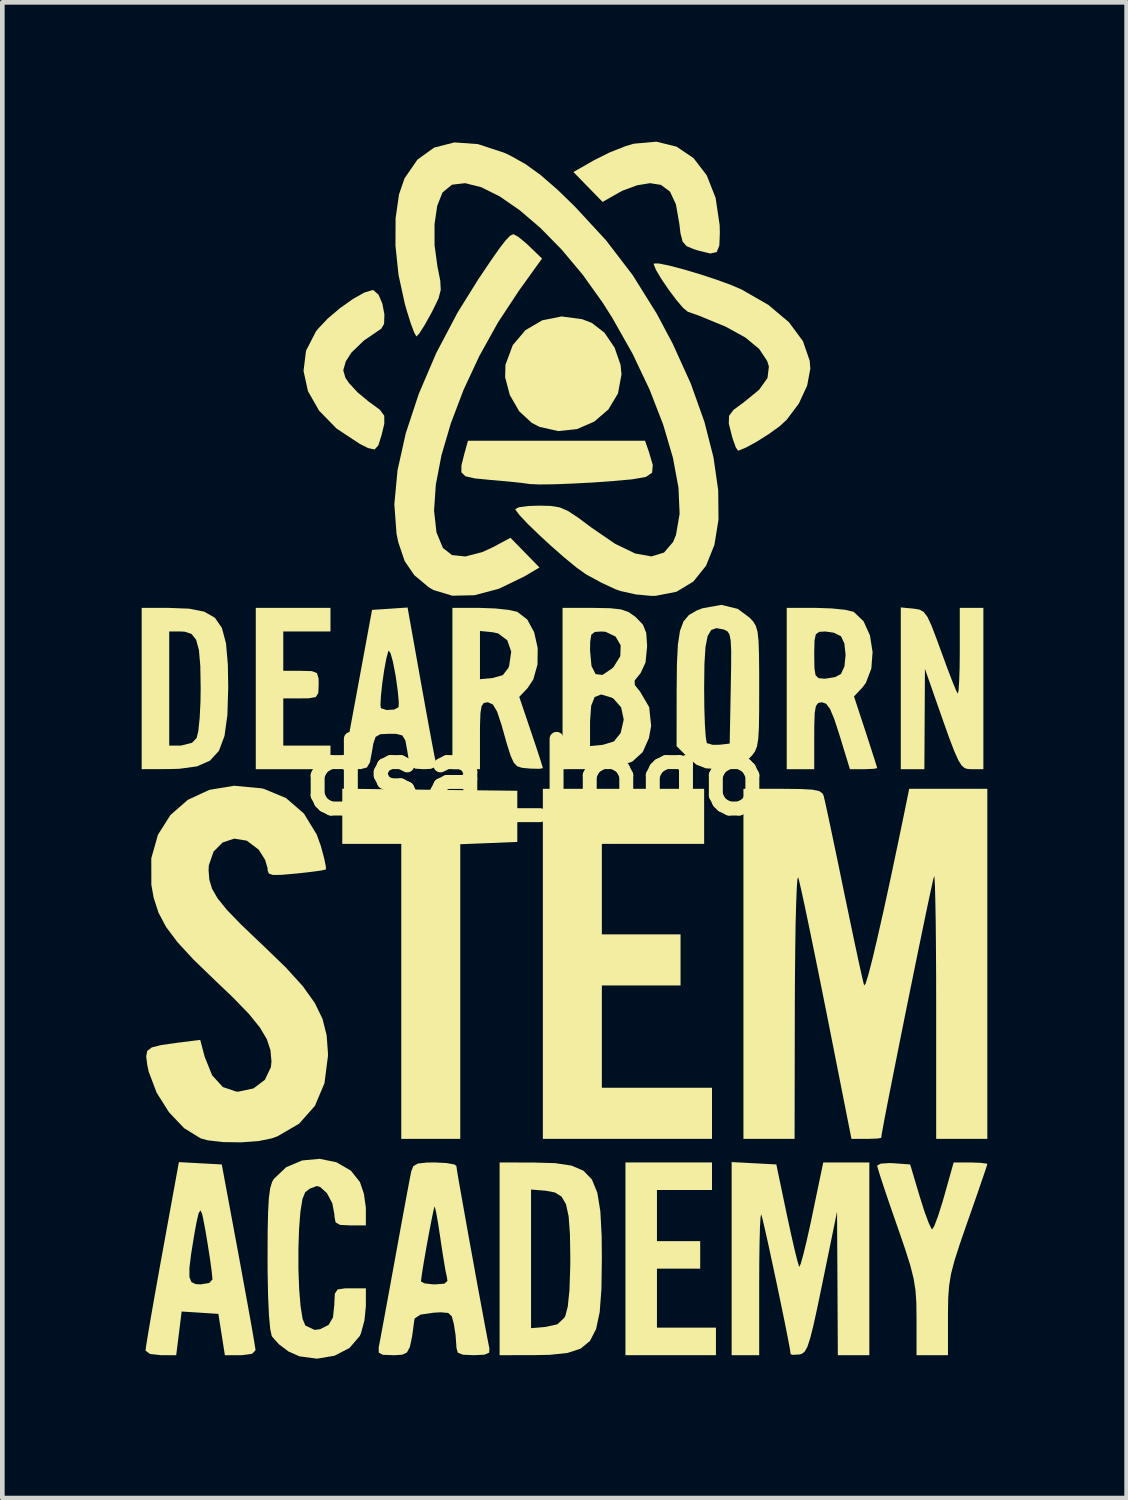
<source format=kicad_pcb>
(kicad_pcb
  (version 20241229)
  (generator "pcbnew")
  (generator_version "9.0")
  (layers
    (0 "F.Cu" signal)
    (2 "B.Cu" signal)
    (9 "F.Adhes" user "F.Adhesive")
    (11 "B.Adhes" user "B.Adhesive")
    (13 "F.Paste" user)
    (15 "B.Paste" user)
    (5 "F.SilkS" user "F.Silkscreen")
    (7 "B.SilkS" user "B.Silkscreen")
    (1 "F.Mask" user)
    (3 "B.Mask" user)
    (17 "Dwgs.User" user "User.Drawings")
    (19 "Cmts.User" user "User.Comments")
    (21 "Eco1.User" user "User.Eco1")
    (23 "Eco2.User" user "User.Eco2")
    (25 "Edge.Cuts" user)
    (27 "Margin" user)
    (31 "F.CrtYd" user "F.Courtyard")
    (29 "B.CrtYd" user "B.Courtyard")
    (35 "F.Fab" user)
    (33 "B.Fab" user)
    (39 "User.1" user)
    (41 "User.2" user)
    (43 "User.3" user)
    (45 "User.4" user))
  (footprint "dsa_logo"
    (layer "F.Cu")
    (at 8.467 13.677)
    (property "Reference" "dsa_logo" (at 0 0 0) (layer "F.SilkS") (effects (font (size 1.5 1.5) (thickness 0.3))))
    (attr board_only exclude_from_pos_files exclude_from_bom)
    (fp_poly (pts (xy -2.265 0.274) (xy -0.381 0.296) (xy -0.381 0.847) (xy -0.381 1.397) (xy -0.995 1.422) (xy -1.609 1.447) (xy -1.609 4.618) (xy -1.609 7.789) (xy -2.244 7.789) (xy -2.879 7.789) (xy -2.879 4.614) (xy -2.879 1.439) (xy -3.514 1.439) (xy -4.149 1.439) (xy -4.149 0.845) (xy -4.149 0.251)) (stroke (width 0) (type solid)) (fill yes) (layer "F.SilkS"))
    (fp_poly (pts (xy 1.014 -9.856) (xy 1.222 -9.776) (xy 1.495 -9.565) (xy 1.713 -9.244) (xy 1.842 -8.873) (xy 1.862 -8.667) (xy 1.786 -8.257) (xy 1.58 -7.913) (xy 1.275 -7.651) (xy 0.905 -7.49) (xy 0.501 -7.447) (xy 0.096 -7.538) (xy -0.069 -7.623) (xy -0.341 -7.874) (xy -0.542 -8.223) (xy -0.643 -8.605) (xy -0.636 -8.875) (xy -0.479 -9.297) (xy -0.206 -9.62) (xy 0.154 -9.831) (xy 0.571 -9.915)) (stroke (width 0) (type solid)) (fill yes) (layer "F.SilkS"))
    (fp_poly (pts (xy 3.641 0.847) (xy 3.641 1.439) (xy 2.54 1.439) (xy 1.439 1.439) (xy 1.439 2.413) (xy 1.439 3.387) (xy 2.286 3.387) (xy 3.133 3.387) (xy 3.133 3.937) (xy 3.133 4.487) (xy 2.286 4.487) (xy 1.439 4.487) (xy 1.439 5.588) (xy 1.439 6.689) (xy 2.625 6.689) (xy 3.81 6.689) (xy 3.81 7.239) (xy 3.81 7.789) (xy 1.99 7.789) (xy 0.169 7.789) (xy 0.169 4.022) (xy 0.169 0.254) (xy 1.905 0.254) (xy 3.641 0.254)) (stroke (width 0) (type solid)) (fill yes) (layer "F.SilkS"))
    (fp_poly (pts (xy 3.81 8.594) (xy 3.81 8.89) (xy 3.217 8.89) (xy 2.625 8.89) (xy 2.625 9.44) (xy 2.625 9.991) (xy 3.09 9.991) (xy 3.556 9.991) (xy 3.556 10.287) (xy 3.556 10.583) (xy 3.09 10.583) (xy 2.625 10.583) (xy 2.625 11.218) (xy 2.625 11.853) (xy 3.26 11.853) (xy 3.895 11.853) (xy 3.895 12.15) (xy 3.895 12.446) (xy 2.921 12.446) (xy 1.947 12.446) (xy 1.947 10.372) (xy 1.947 8.297) (xy 2.879 8.297) (xy 3.81 8.297)) (stroke (width 0) (type solid)) (fill yes) (layer "F.SilkS"))
    (fp_poly (pts (xy 2.454 -6.994) (xy 2.535 -6.718) (xy 2.521 -6.552) (xy 2.389 -6.461) (xy 2.116 -6.412) (xy 2.053 -6.405) (xy 1.669 -6.37) (xy 1.24 -6.34) (xy 0.806 -6.317) (xy 0.409 -6.302) (xy 0.091 -6.298) (xy -0.107 -6.307) (xy -0.127 -6.309) (xy -0.291 -6.332) (xy -0.568 -6.361) (xy -0.903 -6.391) (xy -0.953 -6.395) (xy -1.296 -6.428) (xy -1.498 -6.474) (xy -1.585 -6.559) (xy -1.584 -6.709) (xy -1.525 -6.943) (xy -1.443 -7.239) (xy 0.463 -7.239) (xy 2.369 -7.239)) (stroke (width 0) (type solid)) (fill yes) (layer "F.SilkS"))
    (fp_poly (pts (xy -4.403 -3.387) (xy -4.403 -3.133) (xy -4.911 -3.133) (xy -5.419 -3.133) (xy -5.419 -2.709) (xy -5.419 -2.286) (xy -5.038 -2.286) (xy -4.804 -2.28) (xy -4.693 -2.237) (xy -4.659 -2.122) (xy -4.657 -1.99) (xy -4.665 -1.808) (xy -4.72 -1.721) (xy -4.868 -1.695) (xy -5.038 -1.693) (xy -5.419 -1.693) (xy -5.419 -1.185) (xy -5.419 -0.677) (xy -4.911 -0.677) (xy -4.403 -0.677) (xy -4.403 -0.423) (xy -4.403 -0.169) (xy -5.207 -0.169) (xy -6.011 -0.169) (xy -6.011 -1.905) (xy -6.011 -3.641) (xy -5.207 -3.641) (xy -4.403 -3.641)) (stroke (width 0) (type solid)) (fill yes) (layer "F.SilkS"))
    (fp_poly (pts (xy 3.047 -13.57) (xy 3.412 -13.324) (xy 3.697 -12.953) (xy 3.888 -12.467) (xy 3.975 -11.88) (xy 3.979 -11.711) (xy 3.968 -11.44) (xy 3.911 -11.3) (xy 3.774 -11.27) (xy 3.525 -11.33) (xy 3.419 -11.363) (xy 3.264 -11.427) (xy 3.178 -11.526) (xy 3.131 -11.708) (xy 3.107 -11.911) (xy 3.033 -12.329) (xy 2.906 -12.602) (xy 2.712 -12.747) (xy 2.475 -12.784) (xy 2.197 -12.738) (xy 1.89 -12.625) (xy 1.807 -12.581) (xy 1.455 -12.38) (xy 1.141 -12.702) (xy 0.827 -13.024) (xy 1.277 -13.281) (xy 1.601 -13.443) (xy 1.944 -13.579) (xy 2.123 -13.633) (xy 2.614 -13.677)) (stroke (width 0) (type solid)) (fill yes) (layer "F.SilkS"))
    (fp_poly (pts (xy -3.478 -10.48) (xy -3.369 -10.385) (xy -3.286 -10.19) (xy -3.242 -9.958) (xy -3.249 -9.755) (xy -3.31 -9.651) (xy -3.681 -9.398) (xy -3.953 -9.136) (xy -4.073 -8.948) (xy -4.128 -8.756) (xy -4.081 -8.595) (xy -4.005 -8.482) (xy -3.819 -8.28) (xy -3.582 -8.083) (xy -3.548 -8.059) (xy -3.339 -7.906) (xy -3.245 -7.777) (xy -3.244 -7.607) (xy -3.3 -7.372) (xy -3.372 -7.14) (xy -3.453 -7.051) (xy -3.595 -7.082) (xy -3.768 -7.169) (xy -4.273 -7.502) (xy -4.649 -7.888) (xy -4.888 -8.307) (xy -4.983 -8.743) (xy -4.929 -9.177) (xy -4.717 -9.59) (xy -4.678 -9.641) (xy -4.466 -9.866) (xy -4.201 -10.091) (xy -3.924 -10.288) (xy -3.677 -10.428) (xy -3.5 -10.482)) (stroke (width 0) (type solid)) (fill yes) (layer "F.SilkS"))
    (fp_poly (pts (xy -7.445 -3.624) (xy -7.121 -3.56) (xy -6.891 -3.429) (xy -6.74 -3.209) (xy -6.652 -2.879) (xy -6.612 -2.419) (xy -6.604 -1.929) (xy -6.622 -1.333) (xy -6.684 -0.885) (xy -6.804 -0.564) (xy -6.998 -0.352) (xy -7.278 -0.229) (xy -7.66 -0.177) (xy -7.895 -0.171) (xy -8.467 -0.169) (xy -8.467 -1.905) (xy -8.467 -3.133) (xy -7.874 -3.133) (xy -7.874 -1.905) (xy -7.874 -0.677) (xy -7.623 -0.677) (xy -7.383 -0.737) (xy -7.284 -0.841) (xy -7.248 -0.991) (xy -7.219 -1.267) (xy -7.201 -1.625) (xy -7.197 -1.905) (xy -7.205 -2.392) (xy -7.235 -2.734) (xy -7.295 -2.955) (xy -7.393 -3.079) (xy -7.538 -3.128) (xy -7.623 -3.133) (xy -7.874 -3.133) (xy -8.467 -3.133) (xy -8.467 -3.641) (xy -7.88 -3.641)) (stroke (width 0) (type solid)) (fill yes) (layer "F.SilkS"))
    (fp_poly (pts (xy 8.147 -3.625) (xy 8.27 -3.606) (xy 8.362 -3.558) (xy 8.445 -3.453) (xy 8.535 -3.261) (xy 8.652 -2.954) (xy 8.738 -2.719) (xy 8.869 -2.36) (xy 8.983 -2.063) (xy 9.065 -1.863) (xy 9.099 -1.795) (xy 9.117 -1.855) (xy 9.131 -2.053) (xy 9.141 -2.357) (xy 9.144 -2.695) (xy 9.144 -3.641) (xy 9.398 -3.641) (xy 9.652 -3.641) (xy 9.652 -1.905) (xy 9.652 -0.169) (xy 9.407 -0.169) (xy 9.32 -0.172) (xy 9.248 -0.192) (xy 9.182 -0.25) (xy 9.111 -0.366) (xy 9.024 -0.56) (xy 8.913 -0.852) (xy 8.767 -1.262) (xy 8.575 -1.81) (xy 8.557 -1.863) (xy 8.394 -2.328) (xy 8.388 -1.249) (xy 8.382 -0.169) (xy 8.128 -0.169) (xy 7.874 -0.169) (xy 7.874 -1.91) (xy 7.874 -3.651)) (stroke (width 0) (type solid)) (fill yes) (layer "F.SilkS"))
    (fp_poly (pts (xy -0.021 8.299) (xy 0.435 8.312) (xy 0.786 8.365) (xy 1.045 8.476) (xy 1.225 8.664) (xy 1.342 8.95) (xy 1.407 9.351) (xy 1.435 9.888) (xy 1.439 10.372) (xy 1.43 11.019) (xy 1.393 11.516) (xy 1.315 11.883) (xy 1.183 12.14) (xy 0.982 12.305) (xy 0.699 12.398) (xy 0.32 12.438) (xy -0.021 12.445) (xy -0.762 12.446) (xy -0.762 10.372) (xy -0.762 8.88) (xy -0.085 8.88) (xy -0.085 10.372) (xy -0.085 11.864) (xy 0.231 11.837) (xy 0.482 11.781) (xy 0.629 11.642) (xy 0.653 11.599) (xy 0.706 11.396) (xy 0.742 11.042) (xy 0.758 10.554) (xy 0.76 10.372) (xy 0.752 9.842) (xy 0.724 9.458) (xy 0.667 9.196) (xy 0.572 9.033) (xy 0.431 8.944) (xy 0.235 8.906) (xy 0.231 8.906) (xy -0.085 8.88) (xy -0.762 8.88) (xy -0.762 8.297)) (stroke (width 0) (type solid)) (fill yes) (layer "F.SilkS"))
    (fp_poly (pts (xy -0.361 -11.63) (xy -0.195 -11.493) (xy -0.119 -11.422) (xy 0.151 -11.161) (xy -0.346 -10.47) (xy -0.799 -9.782) (xy -1.198 -9.064) (xy -1.538 -8.335) (xy -1.811 -7.616) (xy -2.013 -6.929) (xy -2.135 -6.295) (xy -2.173 -5.734) (xy -2.121 -5.266) (xy -1.983 -4.932) (xy -1.788 -4.778) (xy -1.498 -4.748) (xy -1.135 -4.842) (xy -0.911 -4.945) (xy -0.528 -5.15) (xy -0.216 -4.83) (xy 0.096 -4.511) (xy -0.227 -4.319) (xy -0.777 -4.053) (xy -1.302 -3.914) (xy -1.779 -3.903) (xy -2.186 -4.025) (xy -2.287 -4.085) (xy -2.597 -4.344) (xy -2.805 -4.647) (xy -2.941 -5.047) (xy -2.981 -5.235) (xy -3.028 -5.871) (xy -2.96 -6.6) (xy -2.782 -7.4) (xy -2.502 -8.248) (xy -2.128 -9.123) (xy -1.666 -10) (xy -1.227 -10.705) (xy -0.958 -11.105) (xy -0.764 -11.382) (xy -0.629 -11.557) (xy -0.537 -11.651) (xy -0.473 -11.683) (xy -0.46 -11.684)) (stroke (width 0) (type solid)) (fill yes) (layer "F.SilkS"))
    (fp_poly (pts (xy 2.884 -11.011) (xy 3.188 -10.931) (xy 3.536 -10.828) (xy 3.889 -10.713) (xy 4.208 -10.597) (xy 4.445 -10.496) (xy 5.023 -10.164) (xy 5.468 -9.789) (xy 5.768 -9.383) (xy 5.914 -8.96) (xy 5.927 -8.793) (xy 5.859 -8.426) (xy 5.679 -8.038) (xy 5.419 -7.692) (xy 5.264 -7.549) (xy 5.031 -7.382) (xy 4.775 -7.22) (xy 4.543 -7.093) (xy 4.388 -7.03) (xy 4.369 -7.027) (xy 4.321 -7.1) (xy 4.256 -7.281) (xy 4.238 -7.345) (xy 4.172 -7.609) (xy 4.177 -7.775) (xy 4.273 -7.903) (xy 4.484 -8.059) (xy 4.486 -8.06) (xy 4.824 -8.336) (xy 5.005 -8.59) (xy 5.035 -8.836) (xy 4.999 -8.954) (xy 4.826 -9.215) (xy 4.532 -9.459) (xy 4.104 -9.695) (xy 3.528 -9.932) (xy 3.287 -10.017) (xy 3.188 -10.099) (xy 3.041 -10.272) (xy 2.875 -10.494) (xy 2.719 -10.724) (xy 2.603 -10.919) (xy 2.555 -11.039) (xy 2.559 -11.054) (xy 2.661 -11.056)) (stroke (width 0) (type solid)) (fill yes) (layer "F.SilkS"))
    (fp_poly (pts (xy 9.595 8.305) (xy 9.723 8.323) (xy 9.737 8.332) (xy 9.71 8.42) (xy 9.636 8.638) (xy 9.526 8.959) (xy 9.388 9.354) (xy 9.313 9.567) (xy 9.148 10.044) (xy 9.032 10.404) (xy 8.957 10.691) (xy 8.915 10.947) (xy 8.895 11.215) (xy 8.89 11.538) (xy 8.89 11.607) (xy 8.89 12.446) (xy 8.551 12.446) (xy 8.213 12.446) (xy 8.213 11.647) (xy 8.209 11.321) (xy 8.191 11.052) (xy 8.15 10.795) (xy 8.078 10.51) (xy 7.965 10.153) (xy 7.803 9.682) (xy 7.789 9.644) (xy 7.641 9.218) (xy 7.516 8.849) (xy 7.423 8.564) (xy 7.372 8.395) (xy 7.366 8.364) (xy 7.441 8.323) (xy 7.629 8.31) (xy 7.721 8.314) (xy 8.076 8.34) (xy 8.284 9.038) (xy 8.384 9.353) (xy 8.473 9.594) (xy 8.535 9.724) (xy 8.55 9.737) (xy 8.597 9.661) (xy 8.674 9.458) (xy 8.767 9.166) (xy 8.81 9.017) (xy 9.012 8.297) (xy 9.374 8.297)) (stroke (width 0) (type solid)) (fill yes) (layer "F.SilkS"))
    (fp_poly (pts (xy -7.205 8.315) (xy -6.743 8.34) (xy -6.381 10.287) (xy -6.279 10.844) (xy -6.187 11.348) (xy -6.11 11.774) (xy -6.054 12.098) (xy -6.022 12.294) (xy -6.016 12.34) (xy -6.091 12.416) (xy -6.312 12.446) (xy -6.344 12.446) (xy -6.676 12.446) (xy -6.746 12.002) (xy -6.816 11.557) (xy -7.212 11.531) (xy -7.607 11.506) (xy -7.665 11.976) (xy -7.724 12.446) (xy -8.053 12.446) (xy -8.286 12.421) (xy -8.382 12.35) (xy -8.383 12.34) (xy -8.369 12.23) (xy -8.328 11.978) (xy -8.265 11.608) (xy -8.184 11.146) (xy -8.089 10.615) (xy -8.082 10.574) (xy -7.44 10.574) (xy -7.439 10.767) (xy -7.396 10.872) (xy -7.308 10.915) (xy -7.197 10.922) (xy -7.012 10.891) (xy -6.943 10.816) (xy -6.958 10.658) (xy -6.994 10.389) (xy -7.044 10.068) (xy -7.097 9.751) (xy -7.146 9.495) (xy -7.168 9.398) (xy -7.202 9.328) (xy -7.241 9.389) (xy -7.289 9.595) (xy -7.33 9.821) (xy -7.403 10.268) (xy -7.44 10.574) (xy -8.082 10.574) (xy -8.025 10.262) (xy -7.666 8.29)) (stroke (width 0) (type solid)) (fill yes) (layer "F.SilkS"))
    (fp_poly (pts (xy 4.714 8.314) (xy 5.195 8.34) (xy 5.421 9.421) (xy 5.509 9.827) (xy 5.587 10.17) (xy 5.649 10.418) (xy 5.685 10.538) (xy 5.689 10.543) (xy 5.72 10.48) (xy 5.776 10.28) (xy 5.851 9.971) (xy 5.938 9.581) (xy 5.967 9.44) (xy 6.205 8.297) (xy 6.701 8.297) (xy 7.197 8.297) (xy 7.197 10.372) (xy 7.197 12.446) (xy 6.858 12.446) (xy 6.519 12.446) (xy 6.511 10.901) (xy 6.502 9.356) (xy 6.19 10.88) (xy 6.078 11.42) (xy 5.991 11.817) (xy 5.921 12.092) (xy 5.862 12.269) (xy 5.805 12.37) (xy 5.744 12.417) (xy 5.691 12.431) (xy 5.544 12.439) (xy 5.503 12.424) (xy 5.487 12.311) (xy 5.442 12.071) (xy 5.375 11.734) (xy 5.293 11.334) (xy 5.203 10.903) (xy 5.111 10.473) (xy 5.026 10.077) (xy 4.952 9.747) (xy 4.898 9.515) (xy 4.869 9.414) (xy 4.868 9.412) (xy 4.855 9.478) (xy 4.843 9.688) (xy 4.834 10.017) (xy 4.828 10.437) (xy 4.826 10.908) (xy 4.826 12.446) (xy 4.53 12.446) (xy 4.233 12.446) (xy 4.233 10.367) (xy 4.233 8.289)) (stroke (width 0) (type solid)) (fill yes) (layer "F.SilkS"))
    (fp_poly (pts (xy -0.857 -3.629) (xy -0.562 -3.597) (xy -0.382 -3.557) (xy -0.167 -3.391) (xy -0.018 -3.116) (xy 0.058 -2.777) (xy 0.054 -2.424) (xy -0.036 -2.102) (xy -0.159 -1.915) (xy -0.339 -1.725) (xy -0.085 -0.974) (xy 0.026 -0.644) (xy 0.112 -0.381) (xy 0.162 -0.221) (xy 0.169 -0.191) (xy 0.095 -0.177) (xy -0.089 -0.181) (xy -0.142 -0.185) (xy -0.282 -0.199) (xy -0.381 -0.23) (xy -0.456 -0.307) (xy -0.525 -0.459) (xy -0.606 -0.715) (xy -0.716 -1.104) (xy -0.721 -1.122) (xy -0.816 -1.409) (xy -0.906 -1.561) (xy -1.011 -1.608) (xy -1.022 -1.609) (xy -1.102 -1.594) (xy -1.15 -1.527) (xy -1.175 -1.376) (xy -1.184 -1.107) (xy -1.185 -0.889) (xy -1.185 -0.169) (xy -1.482 -0.169) (xy -1.778 -0.169) (xy -1.778 -1.905) (xy -1.778 -3.143) (xy -1.185 -3.143) (xy -1.185 -2.625) (xy -1.185 -2.106) (xy -0.912 -2.132) (xy -0.693 -2.193) (xy -0.573 -2.349) (xy -0.557 -2.392) (xy -0.512 -2.699) (xy -0.596 -2.943) (xy -0.793 -3.091) (xy -0.912 -3.117) (xy -1.185 -3.143) (xy -1.778 -3.143) (xy -1.778 -3.641) (xy -1.191 -3.641)) (stroke (width 0) (type solid)) (fill yes) (layer "F.SilkS"))
    (fp_poly (pts (xy -2.46 -2.063) (xy -2.369 -1.557) (xy -2.286 -1.101) (xy -2.216 -0.724) (xy -2.165 -0.455) (xy -2.137 -0.324) (xy -2.137 -0.324) (xy -2.139 -0.219) (xy -2.244 -0.176) (xy -2.394 -0.169) (xy -2.577 -0.18) (xy -2.673 -0.242) (xy -2.723 -0.401) (xy -2.747 -0.55) (xy -2.79 -0.784) (xy -2.855 -0.895) (xy -2.988 -0.929) (xy -3.128 -0.931) (xy -3.328 -0.922) (xy -3.431 -0.865) (xy -3.482 -0.715) (xy -3.509 -0.55) (xy -3.553 -0.317) (xy -3.618 -0.205) (xy -3.746 -0.172) (xy -3.855 -0.169) (xy -4.048 -0.181) (xy -4.115 -0.245) (xy -4.099 -0.402) (xy -4.099 -0.402) (xy -4.069 -0.56) (xy -4.015 -0.852) (xy -3.942 -1.246) (xy -3.886 -1.55) (xy -3.327 -1.55) (xy -3.317 -1.482) (xy -3.193 -1.442) (xy -3.03 -1.453) (xy -2.937 -1.503) (xy -2.932 -1.612) (xy -2.953 -1.841) (xy -2.995 -2.145) (xy -3.004 -2.201) (xy -3.059 -2.483) (xy -3.11 -2.666) (xy -3.151 -2.721) (xy -3.158 -2.709) (xy -3.202 -2.545) (xy -3.248 -2.294) (xy -3.289 -2.009) (xy -3.317 -1.744) (xy -3.327 -1.55) (xy -3.886 -1.55) (xy -3.856 -1.71) (xy -3.781 -2.117) (xy -3.508 -3.598) (xy -3.125 -3.623) (xy -2.743 -3.649)) (stroke (width 0) (type solid)) (fill yes) (layer "F.SilkS"))
    (fp_poly (pts (xy 4.364 -3.62) (xy 4.622 -3.429) (xy 4.699 -3.345) (xy 4.754 -3.253) (xy 4.791 -3.124) (xy 4.812 -2.929) (xy 4.822 -2.64) (xy 4.826 -2.228) (xy 4.826 -1.92) (xy 4.825 -1.424) (xy 4.82 -1.068) (xy 4.806 -0.823) (xy 4.779 -0.66) (xy 4.735 -0.549) (xy 4.669 -0.461) (xy 4.603 -0.393) (xy 4.419 -0.247) (xy 4.206 -0.182) (xy 3.961 -0.169) (xy 3.674 -0.188) (xy 3.475 -0.266) (xy 3.295 -0.417) (xy 3.048 -0.664) (xy 3.049 -1.877) (xy 3.05 -1.909) (xy 3.641 -1.909) (xy 3.645 -1.489) (xy 3.657 -1.132) (xy 3.675 -0.87) (xy 3.696 -0.738) (xy 3.701 -0.73) (xy 3.823 -0.693) (xy 3.976 -0.695) (xy 4.191 -0.72) (xy 4.214 -1.92) (xy 4.222 -2.393) (xy 4.223 -2.724) (xy 4.212 -2.94) (xy 4.187 -3.068) (xy 4.144 -3.135) (xy 4.081 -3.169) (xy 4.062 -3.176) (xy 3.906 -3.205) (xy 3.793 -3.165) (xy 3.716 -3.035) (xy 3.67 -2.797) (xy 3.647 -2.429) (xy 3.641 -1.913) (xy 3.641 -1.909) (xy 3.05 -1.909) (xy 3.055 -2.435) (xy 3.076 -2.85) (xy 3.121 -3.146) (xy 3.198 -3.351) (xy 3.314 -3.488) (xy 3.479 -3.584) (xy 3.606 -3.633) (xy 4.011 -3.706)) (stroke (width 0) (type solid)) (fill yes) (layer "F.SilkS"))
    (fp_poly (pts (xy 6.393 -3.629) (xy 6.676 -3.6) (xy 6.853 -3.558) (xy 6.863 -3.553) (xy 7.073 -3.353) (xy 7.21 -3.049) (xy 7.267 -2.692) (xy 7.24 -2.334) (xy 7.122 -2.026) (xy 7.044 -1.923) (xy 6.867 -1.735) (xy 7.117 -0.974) (xy 7.224 -0.643) (xy 7.309 -0.38) (xy 7.358 -0.221) (xy 7.366 -0.191) (xy 7.291 -0.177) (xy 7.109 -0.169) (xy 7.072 -0.169) (xy 6.779 -0.169) (xy 6.559 -0.889) (xy 6.443 -1.246) (xy 6.351 -1.466) (xy 6.267 -1.578) (xy 6.176 -1.609) (xy 6.176 -1.609) (xy 6.096 -1.594) (xy 6.047 -1.528) (xy 6.021 -1.378) (xy 6.012 -1.111) (xy 6.011 -0.889) (xy 6.011 -0.169) (xy 5.715 -0.169) (xy 5.419 -0.169) (xy 5.419 -1.905) (xy 5.419 -2.625) (xy 6.011 -2.625) (xy 6.015 -2.343) (xy 6.039 -2.192) (xy 6.101 -2.129) (xy 6.22 -2.117) (xy 6.248 -2.117) (xy 6.46 -2.151) (xy 6.587 -2.218) (xy 6.662 -2.385) (xy 6.686 -2.632) (xy 6.659 -2.877) (xy 6.587 -3.031) (xy 6.431 -3.107) (xy 6.248 -3.133) (xy 6.117 -3.125) (xy 6.046 -3.074) (xy 6.017 -2.941) (xy 6.011 -2.685) (xy 6.011 -2.625) (xy 5.419 -2.625) (xy 5.419 -3.641) (xy 6.059 -3.641)) (stroke (width 0) (type solid)) (fill yes) (layer "F.SilkS"))
    (fp_poly (pts (xy 1.619 -3.634) (xy 1.853 -3.608) (xy 2.017 -3.55) (xy 2.159 -3.45) (xy 2.175 -3.436) (xy 2.324 -3.279) (xy 2.395 -3.101) (xy 2.413 -2.83) (xy 2.413 -2.81) (xy 2.379 -2.464) (xy 2.271 -2.233) (xy 2.251 -2.209) (xy 2.144 -2.076) (xy 2.149 -1.978) (xy 2.261 -1.841) (xy 2.458 -1.504) (xy 2.5 -1.102) (xy 2.453 -0.84) (xy 2.319 -0.537) (xy 2.094 -0.332) (xy 1.757 -0.214) (xy 1.286 -0.17) (xy 1.206 -0.17) (xy 0.593 -0.169) (xy 0.593 -0.667) (xy 1.185 -0.667) (xy 1.46 -0.693) (xy 1.7 -0.767) (xy 1.844 -0.948) (xy 1.91 -1.236) (xy 1.854 -1.501) (xy 1.687 -1.689) (xy 1.646 -1.711) (xy 1.426 -1.777) (xy 1.284 -1.723) (xy 1.209 -1.534) (xy 1.185 -1.197) (xy 1.185 -1.183) (xy 1.185 -0.667) (xy 0.593 -0.667) (xy 0.593 -1.905) (xy 0.593 -2.723) (xy 1.185 -2.723) (xy 1.216 -2.39) (xy 1.305 -2.215) (xy 1.454 -2.198) (xy 1.661 -2.339) (xy 1.693 -2.371) (xy 1.836 -2.602) (xy 1.844 -2.835) (xy 1.734 -3.024) (xy 1.519 -3.126) (xy 1.436 -3.133) (xy 1.286 -3.123) (xy 1.212 -3.063) (xy 1.188 -2.909) (xy 1.185 -2.723) (xy 0.593 -2.723) (xy 0.593 -3.641) (xy 1.265 -3.641)) (stroke (width 0) (type solid)) (fill yes) (layer "F.SilkS"))
    (fp_poly (pts (xy -4.274 8.293) (xy -3.964 8.473) (xy -3.769 8.718) (xy -3.683 8.972) (xy -3.641 9.269) (xy -3.641 9.309) (xy -3.641 9.652) (xy -3.979 9.652) (xy -4.197 9.641) (xy -4.293 9.587) (xy -4.318 9.456) (xy -4.318 9.417) (xy -4.364 9.175) (xy -4.479 8.958) (xy -4.626 8.824) (xy -4.698 8.805) (xy -4.848 8.861) (xy -4.947 8.938) (xy -5.006 9.083) (xy -5.05 9.358) (xy -5.079 9.727) (xy -5.093 10.153) (xy -5.093 10.597) (xy -5.077 11.022) (xy -5.047 11.39) (xy -5.003 11.665) (xy -4.944 11.808) (xy -4.744 11.902) (xy -4.627 11.887) (xy -4.443 11.794) (xy -4.349 11.633) (xy -4.32 11.358) (xy -4.319 11.324) (xy -4.309 11.121) (xy -4.249 11.031) (xy -4.089 11.007) (xy -3.979 11.007) (xy -3.641 11.007) (xy -3.641 11.392) (xy -3.671 11.694) (xy -3.746 11.973) (xy -3.773 12.034) (xy -3.995 12.292) (xy -4.317 12.458) (xy -4.692 12.521) (xy -5.07 12.471) (xy -5.307 12.366) (xy -5.514 12.21) (xy -5.658 12.048) (xy -5.667 12.033) (xy -5.7 11.885) (xy -5.727 11.589) (xy -5.746 11.17) (xy -5.756 10.647) (xy -5.757 10.354) (xy -5.755 9.787) (xy -5.746 9.364) (xy -5.729 9.062) (xy -5.701 8.855) (xy -5.661 8.72) (xy -5.625 8.654) (xy -5.356 8.399) (xy -5.012 8.254) (xy -4.637 8.219)) (stroke (width 0) (type solid)) (fill yes) (layer "F.SilkS"))
    (fp_poly (pts (xy 5.719 0.258) (xy 5.972 0.272) (xy 6.119 0.303) (xy 6.191 0.355) (xy 6.213 0.402) (xy 6.242 0.525) (xy 6.3 0.788) (xy 6.38 1.166) (xy 6.478 1.633) (xy 6.588 2.163) (xy 6.648 2.455) (xy 6.763 3.007) (xy 6.868 3.507) (xy 6.958 3.93) (xy 7.029 4.251) (xy 7.074 4.445) (xy 7.086 4.487) (xy 7.117 4.447) (xy 7.177 4.252) (xy 7.265 3.913) (xy 7.376 3.442) (xy 7.51 2.849) (xy 7.662 2.147) (xy 7.831 1.345) (xy 7.956 0.741) (xy 8.055 0.254) (xy 8.896 0.254) (xy 9.737 0.254) (xy 9.737 4.022) (xy 9.737 7.789) (xy 9.186 7.789) (xy 8.636 7.789) (xy 8.636 4.939) (xy 8.635 4.266) (xy 8.631 3.652) (xy 8.626 3.116) (xy 8.618 2.678) (xy 8.61 2.357) (xy 8.6 2.171) (xy 8.592 2.133) (xy 8.569 2.219) (xy 8.519 2.447) (xy 8.445 2.795) (xy 8.353 3.238) (xy 8.246 3.754) (xy 8.131 4.318) (xy 8.011 4.908) (xy 7.892 5.499) (xy 7.778 6.069) (xy 7.674 6.593) (xy 7.584 7.049) (xy 7.514 7.412) (xy 7.469 7.66) (xy 7.452 7.768) (xy 7.376 7.782) (xy 7.19 7.789) (xy 7.131 7.789) (xy 6.812 7.789) (xy 6.272 5.059) (xy 6.139 4.395) (xy 6.014 3.779) (xy 5.902 3.232) (xy 5.806 2.775) (xy 5.731 2.429) (xy 5.681 2.215) (xy 5.665 2.159) (xy 5.649 2.2) (xy 5.635 2.392) (xy 5.622 2.718) (xy 5.61 3.16) (xy 5.602 3.699) (xy 5.596 4.318) (xy 5.593 4.889) (xy 5.588 7.789) (xy 5.038 7.789) (xy 4.487 7.789) (xy 4.487 4.022) (xy 4.487 0.254) (xy 5.328 0.254)) (stroke (width 0) (type solid)) (fill yes) (layer "F.SilkS"))
    (fp_poly (pts (xy -1.903 8.31) (xy -1.734 8.341) (xy -1.693 8.372) (xy -1.679 8.47) (xy -1.639 8.707) (xy -1.578 9.052) (xy -1.502 9.478) (xy -1.417 9.954) (xy -1.326 10.453) (xy -1.237 10.946) (xy -1.152 11.403) (xy -1.079 11.797) (xy -1.022 12.097) (xy -0.987 12.276) (xy -0.982 12.298) (xy -0.987 12.391) (xy -1.085 12.435) (xy -1.313 12.446) (xy -1.32 12.446) (xy -1.553 12.436) (xy -1.662 12.391) (xy -1.692 12.285) (xy -1.693 12.245) (xy -1.71 12.013) (xy -1.747 11.775) (xy -1.79 11.612) (xy -1.868 11.537) (xy -2.031 11.523) (xy -2.191 11.532) (xy -2.465 11.573) (xy -2.588 11.653) (xy -2.597 11.684) (xy -2.646 12.044) (xy -2.693 12.267) (xy -2.757 12.388) (xy -2.858 12.436) (xy -3.016 12.446) (xy -3.059 12.446) (xy -3.275 12.438) (xy -3.363 12.392) (xy -3.365 12.276) (xy -3.352 12.213) (xy -3.323 12.059) (xy -3.269 11.769) (xy -3.196 11.372) (xy -3.109 10.898) (xy -3.102 10.858) (xy -2.455 10.858) (xy -2.381 10.9) (xy -2.197 10.921) (xy -2.153 10.922) (xy -1.954 10.907) (xy -1.885 10.849) (xy -1.895 10.774) (xy -1.927 10.624) (xy -1.972 10.357) (xy -2.024 10.023) (xy -2.038 9.923) (xy -2.086 9.608) (xy -2.128 9.372) (xy -2.157 9.253) (xy -2.163 9.247) (xy -2.186 9.333) (xy -2.229 9.542) (xy -2.284 9.828) (xy -2.342 10.147) (xy -2.395 10.452) (xy -2.435 10.7) (xy -2.454 10.846) (xy -2.455 10.858) (xy -3.102 10.858) (xy -3.014 10.378) (xy -3.005 10.329) (xy -2.911 9.81) (xy -2.824 9.337) (xy -2.751 8.942) (xy -2.696 8.651) (xy -2.665 8.495) (xy -2.664 8.488) (xy -2.62 8.377) (xy -2.522 8.32) (xy -2.325 8.299) (xy -2.157 8.297)) (stroke (width 0) (type solid)) (fill yes) (layer "F.SilkS"))
    (fp_poly (pts (xy -5.889 0.243) (xy -5.834 0.256) (xy -5.359 0.453) (xy -4.975 0.786) (xy -4.698 1.239) (xy -4.61 1.485) (xy -4.54 1.744) (xy -4.502 1.928) (xy -4.501 1.989) (xy -4.593 2.011) (xy -4.809 2.041) (xy -5.105 2.074) (xy -5.144 2.078) (xy -5.459 2.106) (xy -5.643 2.108) (xy -5.73 2.078) (xy -5.756 2.008) (xy -5.757 1.963) (xy -5.811 1.781) (xy -5.941 1.575) (xy -5.955 1.558) (xy -6.205 1.37) (xy -6.475 1.326) (xy -6.726 1.41) (xy -6.92 1.606) (xy -7.021 1.899) (xy -7.027 2.003) (xy -7.011 2.21) (xy -6.952 2.405) (xy -6.832 2.613) (xy -6.636 2.856) (xy -6.347 3.156) (xy -5.948 3.538) (xy -5.854 3.626) (xy -5.364 4.1) (xy -4.998 4.503) (xy -4.74 4.864) (xy -4.574 5.207) (xy -4.485 5.56) (xy -4.457 5.948) (xy -4.457 6.006) (xy -4.532 6.592) (xy -4.739 7.08) (xy -5.077 7.462) (xy -5.54 7.732) (xy -5.664 7.778) (xy -5.953 7.837) (xy -6.324 7.864) (xy -6.709 7.859) (xy -7.041 7.821) (xy -7.197 7.779) (xy -7.551 7.561) (xy -7.878 7.218) (xy -8.144 6.797) (xy -8.316 6.344) (xy -8.347 6.197) (xy -8.37 6.014) (xy -8.347 5.895) (xy -8.25 5.821) (xy -8.049 5.77) (xy -7.714 5.722) (xy -7.646 5.714) (xy -7.207 5.658) (xy -7.11 6.025) (xy -6.949 6.423) (xy -6.72 6.674) (xy -6.428 6.772) (xy -6.389 6.773) (xy -6.061 6.704) (xy -5.815 6.518) (xy -5.685 6.245) (xy -5.673 6.124) (xy -5.695 5.88) (xy -5.773 5.644) (xy -5.922 5.392) (xy -6.158 5.101) (xy -6.499 4.749) (xy -6.886 4.379) (xy -7.349 3.932) (xy -7.695 3.557) (xy -7.942 3.228) (xy -8.107 2.916) (xy -8.21 2.595) (xy -8.259 2.319) (xy -8.26 1.748) (xy -8.117 1.243) (xy -7.849 0.819) (xy -7.474 0.491) (xy -7.01 0.276) (xy -6.476 0.188)) (stroke (width 0) (type solid)) (fill yes) (layer "F.SilkS"))
    (fp_poly (pts (xy -1.23 -13.625) (xy -0.664 -13.439) (xy -0.529 -13.376) (xy -0.206 -13.195) (xy 0.121 -12.959) (xy 0.488 -12.64) (xy 0.854 -12.285) (xy 1.528 -11.555) (xy 2.104 -10.803) (xy 2.621 -9.974) (xy 2.965 -9.326) (xy 3.355 -8.466) (xy 3.647 -7.646) (xy 3.843 -6.878) (xy 3.944 -6.173) (xy 3.95 -5.542) (xy 3.862 -4.997) (xy 3.682 -4.549) (xy 3.41 -4.209) (xy 3.047 -3.989) (xy 2.594 -3.9) (xy 2.506 -3.899) (xy 2.17 -3.931) (xy 1.838 -4.005) (xy 1.736 -4.041) (xy 1.43 -4.183) (xy 1.121 -4.351) (xy 1.081 -4.376) (xy 0.89 -4.512) (xy 0.642 -4.716) (xy 0.365 -4.958) (xy 0.09 -5.211) (xy -0.153 -5.446) (xy -0.333 -5.637) (xy -0.42 -5.754) (xy -0.423 -5.768) (xy -0.346 -5.807) (xy -0.146 -5.834) (xy 0.087 -5.842) (xy 0.337 -5.836) (xy 0.529 -5.805) (xy 0.709 -5.728) (xy 0.927 -5.585) (xy 1.209 -5.374) (xy 1.724 -5.021) (xy 2.156 -4.812) (xy 2.506 -4.749) (xy 2.777 -4.832) (xy 2.972 -5.059) (xy 3.034 -5.209) (xy 3.113 -5.664) (xy 3.089 -6.225) (xy 2.969 -6.873) (xy 2.76 -7.584) (xy 2.468 -8.337) (xy 2.101 -9.111) (xy 1.664 -9.884) (xy 1.457 -10.211) (xy 1.03 -10.809) (xy 0.58 -11.347) (xy 0.122 -11.815) (xy -0.33 -12.202) (xy -0.762 -12.5) (xy -1.158 -12.697) (xy -1.504 -12.784) (xy -1.786 -12.751) (xy -1.988 -12.587) (xy -1.993 -12.58) (xy -2.105 -12.296) (xy -2.163 -11.902) (xy -2.162 -11.448) (xy -2.1 -10.987) (xy -2.095 -10.964) (xy -2.039 -10.683) (xy -2.029 -10.487) (xy -2.076 -10.305) (xy -2.19 -10.068) (xy -2.241 -9.971) (xy -2.38 -9.722) (xy -2.493 -9.546) (xy -2.552 -9.484) (xy -2.597 -9.559) (xy -2.673 -9.76) (xy -2.764 -10.051) (xy -2.801 -10.181) (xy -2.938 -10.809) (xy -3.004 -11.438) (xy -3.001 -12.029) (xy -2.928 -12.541) (xy -2.809 -12.887) (xy -2.531 -13.291) (xy -2.171 -13.55) (xy -1.735 -13.661)) (stroke (width 0) (type solid)) (fill yes) (layer "F.SilkS")))
  (gr_rect
    (start -3 -3)
    (end 21.203 29.198)
    (stroke (width 0.1) (type default))
    (fill no)
    (layer "Edge.Cuts")))
</source>
